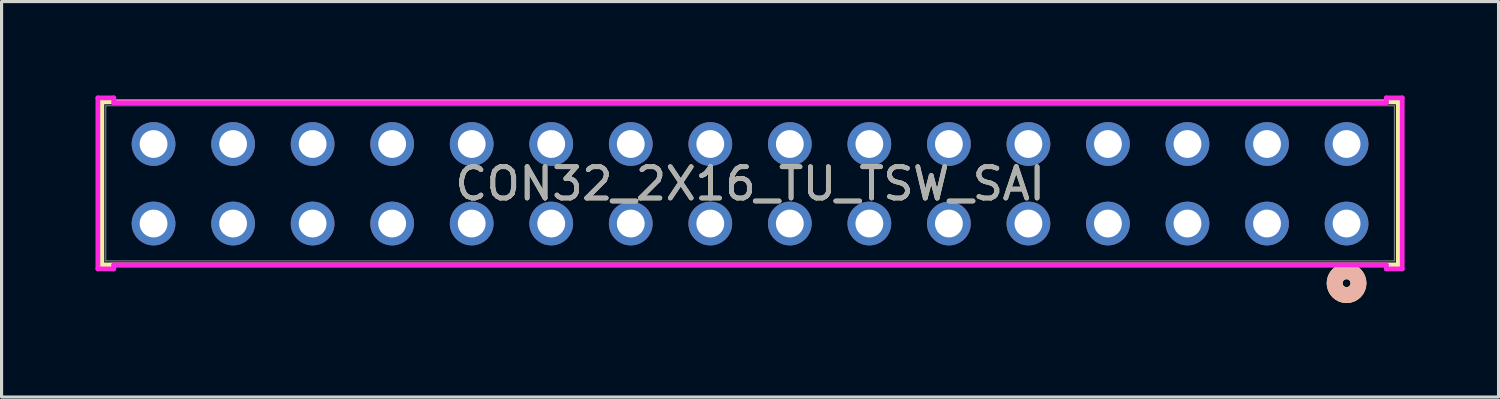
<source format=kicad_pcb>
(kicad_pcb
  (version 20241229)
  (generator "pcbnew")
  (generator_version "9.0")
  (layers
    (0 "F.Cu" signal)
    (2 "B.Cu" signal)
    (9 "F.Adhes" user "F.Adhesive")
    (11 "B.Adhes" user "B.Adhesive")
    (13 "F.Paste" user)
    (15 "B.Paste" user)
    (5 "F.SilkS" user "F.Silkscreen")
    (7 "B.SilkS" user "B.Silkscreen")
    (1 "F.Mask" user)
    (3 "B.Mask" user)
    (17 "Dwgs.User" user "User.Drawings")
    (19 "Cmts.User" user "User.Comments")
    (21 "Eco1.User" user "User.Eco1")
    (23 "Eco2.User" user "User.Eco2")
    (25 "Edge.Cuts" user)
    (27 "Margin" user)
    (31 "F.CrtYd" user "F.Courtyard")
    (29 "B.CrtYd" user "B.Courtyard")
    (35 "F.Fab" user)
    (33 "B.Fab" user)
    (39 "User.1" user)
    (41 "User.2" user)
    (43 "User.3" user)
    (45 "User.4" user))
  (footprint "CON32_2X16_TU_TSW_SAI"
    (layer "F.Cu")
    (at 20.904 2.819)
    (property "Reference" "CON32_2X16_TU_TSW_SAI" (at 0 0 0) (unlocked yes) (layer "F.SilkS") (effects (font (size 1 1) (thickness 0.15))))
    (attr through_hole)
    (fp_line (start -20.701 -2.616) (end -20.701 2.591) (stroke (width 0.152) (type solid)) (layer "F.SilkS"))
    (fp_line (start -20.701 2.591) (end 20.701 2.591) (stroke (width 0.152) (type solid)) (layer "F.SilkS"))
    (fp_line (start 20.701 -2.616) (end -20.701 -2.616) (stroke (width 0.152) (type solid)) (layer "F.SilkS"))
    (fp_line (start 20.701 2.591) (end 20.701 -2.616) (stroke (width 0.152) (type solid)) (layer "F.SilkS"))
    (fp_circle (center 19.05 3.175) (end 19.431 3.175) (stroke (width 0.508) (type solid)) (fill no) (layer "F.SilkS"))
    (fp_circle (center 19.05 3.175) (end 19.431 3.175) (stroke (width 0.508) (type solid)) (fill no) (layer "B.SilkS"))
    (fp_line (start -20.828 -2.743) (end -20.828 2.718) (stroke (width 0.152) (type solid)) (layer "F.CrtYd"))
    (fp_line (start -20.828 2.718) (end -20.32 2.718) (stroke (width 0.152) (type solid)) (layer "F.CrtYd"))
    (fp_line (start -20.32 -2.743) (end -20.828 -2.743) (stroke (width 0.152) (type solid)) (layer "F.CrtYd"))
    (fp_line (start -20.32 -2.591) (end -20.32 -2.743) (stroke (width 0.152) (type solid)) (layer "F.CrtYd"))
    (fp_line (start -20.32 2.591) (end 20.32 2.591) (stroke (width 0.152) (type solid)) (layer "F.CrtYd"))
    (fp_line (start -20.32 2.718) (end -20.32 2.591) (stroke (width 0.152) (type solid)) (layer "F.CrtYd"))
    (fp_line (start 20.32 -2.743) (end 20.32 -2.591) (stroke (width 0.152) (type solid)) (layer "F.CrtYd"))
    (fp_line (start 20.32 -2.591) (end -20.32 -2.591) (stroke (width 0.152) (type solid)) (layer "F.CrtYd"))
    (fp_line (start 20.32 2.591) (end 20.32 2.718) (stroke (width 0.152) (type solid)) (layer "F.CrtYd"))
    (fp_line (start 20.32 2.718) (end 20.828 2.718) (stroke (width 0.152) (type solid)) (layer "F.CrtYd"))
    (fp_line (start 20.828 -2.743) (end 20.32 -2.743) (stroke (width 0.152) (type solid)) (layer "F.CrtYd"))
    (fp_line (start 20.828 2.718) (end 20.828 -2.743) (stroke (width 0.152) (type solid)) (layer "F.CrtYd"))
    (fp_line (start -20.574 -2.489) (end -20.574 2.464) (stroke (width 0.025) (type solid)) (layer "F.Fab"))
    (fp_line (start -20.574 2.464) (end 20.574 2.464) (stroke (width 0.025) (type solid)) (layer "F.Fab"))
    (fp_line (start 20.574 -2.489) (end -20.574 -2.489) (stroke (width 0.025) (type solid)) (layer "F.Fab"))
    (fp_line (start 20.574 2.464) (end 20.574 -2.489) (stroke (width 0.025) (type solid)) (layer "F.Fab"))
    (fp_circle (center 19.05 1.27) (end 19.304 1.27) (stroke (width 0.025) (type solid)) (fill no) (layer "F.Fab"))
    (fp_text user "${REFERENCE}" (at 0 0 0) (unlocked yes) (layer "F.Fab") (effects (font (size 1 1) (thickness 0.15))))
    (pad "1" thru_hole circle (at 19.05 1.27 90) (size 1.397 1.397) (drill 0.889) (layers "*.Cu" "*.Mask"))
    (pad "2" thru_hole circle (at 19.05 -1.27 90) (size 1.397 1.397) (drill 0.889) (layers "*.Cu" "*.Mask"))
    (pad "3" thru_hole circle (at 16.51 1.27 90) (size 1.397 1.397) (drill 0.889) (layers "*.Cu" "*.Mask"))
    (pad "4" thru_hole circle (at 16.51 -1.27 90) (size 1.397 1.397) (drill 0.889) (layers "*.Cu" "*.Mask"))
    (pad "5" thru_hole circle (at 13.97 1.27 90) (size 1.397 1.397) (drill 0.889) (layers "*.Cu" "*.Mask"))
    (pad "6" thru_hole circle (at 13.97 -1.27 90) (size 1.397 1.397) (drill 0.889) (layers "*.Cu" "*.Mask"))
    (pad "7" thru_hole circle (at 11.43 1.27 90) (size 1.397 1.397) (drill 0.889) (layers "*.Cu" "*.Mask"))
    (pad "8" thru_hole circle (at 11.43 -1.27 90) (size 1.397 1.397) (drill 0.889) (layers "*.Cu" "*.Mask"))
    (pad "9" thru_hole circle (at 8.89 1.27 90) (size 1.397 1.397) (drill 0.889) (layers "*.Cu" "*.Mask"))
    (pad "10" thru_hole circle (at 8.89 -1.27 90) (size 1.397 1.397) (drill 0.889) (layers "*.Cu" "*.Mask"))
    (pad "11" thru_hole circle (at 6.35 1.27 90) (size 1.397 1.397) (drill 0.889) (layers "*.Cu" "*.Mask"))
    (pad "12" thru_hole circle (at 6.35 -1.27 90) (size 1.397 1.397) (drill 0.889) (layers "*.Cu" "*.Mask"))
    (pad "13" thru_hole circle (at 3.81 1.27 90) (size 1.397 1.397) (drill 0.889) (layers "*.Cu" "*.Mask"))
    (pad "14" thru_hole circle (at 3.81 -1.27 90) (size 1.397 1.397) (drill 0.889) (layers "*.Cu" "*.Mask"))
    (pad "15" thru_hole circle (at 1.27 1.27 90) (size 1.397 1.397) (drill 0.889) (layers "*.Cu" "*.Mask"))
    (pad "16" thru_hole circle (at 1.27 -1.27 90) (size 1.397 1.397) (drill 0.889) (layers "*.Cu" "*.Mask"))
    (pad "17" thru_hole circle (at -1.27 1.27 90) (size 1.397 1.397) (drill 0.889) (layers "*.Cu" "*.Mask"))
    (pad "18" thru_hole circle (at -1.27 -1.27 90) (size 1.397 1.397) (drill 0.889) (layers "*.Cu" "*.Mask"))
    (pad "19" thru_hole circle (at -3.81 1.27 90) (size 1.397 1.397) (drill 0.889) (layers "*.Cu" "*.Mask"))
    (pad "20" thru_hole circle (at -3.81 -1.27 90) (size 1.397 1.397) (drill 0.889) (layers "*.Cu" "*.Mask"))
    (pad "21" thru_hole circle (at -6.35 1.27 90) (size 1.397 1.397) (drill 0.889) (layers "*.Cu" "*.Mask"))
    (pad "22" thru_hole circle (at -6.35 -1.27 90) (size 1.397 1.397) (drill 0.889) (layers "*.Cu" "*.Mask"))
    (pad "23" thru_hole circle (at -8.89 1.27 90) (size 1.397 1.397) (drill 0.889) (layers "*.Cu" "*.Mask"))
    (pad "24" thru_hole circle (at -8.89 -1.27 90) (size 1.397 1.397) (drill 0.889) (layers "*.Cu" "*.Mask"))
    (pad "25" thru_hole circle (at -11.43 1.27 90) (size 1.397 1.397) (drill 0.889) (layers "*.Cu" "*.Mask"))
    (pad "26" thru_hole circle (at -11.43 -1.27 90) (size 1.397 1.397) (drill 0.889) (layers "*.Cu" "*.Mask"))
    (pad "27" thru_hole circle (at -13.97 1.27 90) (size 1.397 1.397) (drill 0.889) (layers "*.Cu" "*.Mask"))
    (pad "28" thru_hole circle (at -13.97 -1.27 90) (size 1.397 1.397) (drill 0.889) (layers "*.Cu" "*.Mask"))
    (pad "29" thru_hole circle (at -16.51 1.27 90) (size 1.397 1.397) (drill 0.889) (layers "*.Cu" "*.Mask"))
    (pad "30" thru_hole circle (at -16.51 -1.27 90) (size 1.397 1.397) (drill 0.889) (layers "*.Cu" "*.Mask"))
    (pad "31" thru_hole circle (at -19.05 1.27 90) (size 1.397 1.397) (drill 0.889) (layers "*.Cu" "*.Mask"))
    (pad "32" thru_hole circle (at -19.05 -1.27 90) (size 1.397 1.397) (drill 0.889) (layers "*.Cu" "*.Mask")))
  (gr_rect
    (start -3 -3)
    (end 44.808 9.629)
    (stroke (width 0.1) (type default))
    (fill no)
    (layer "Edge.Cuts")))
</source>
